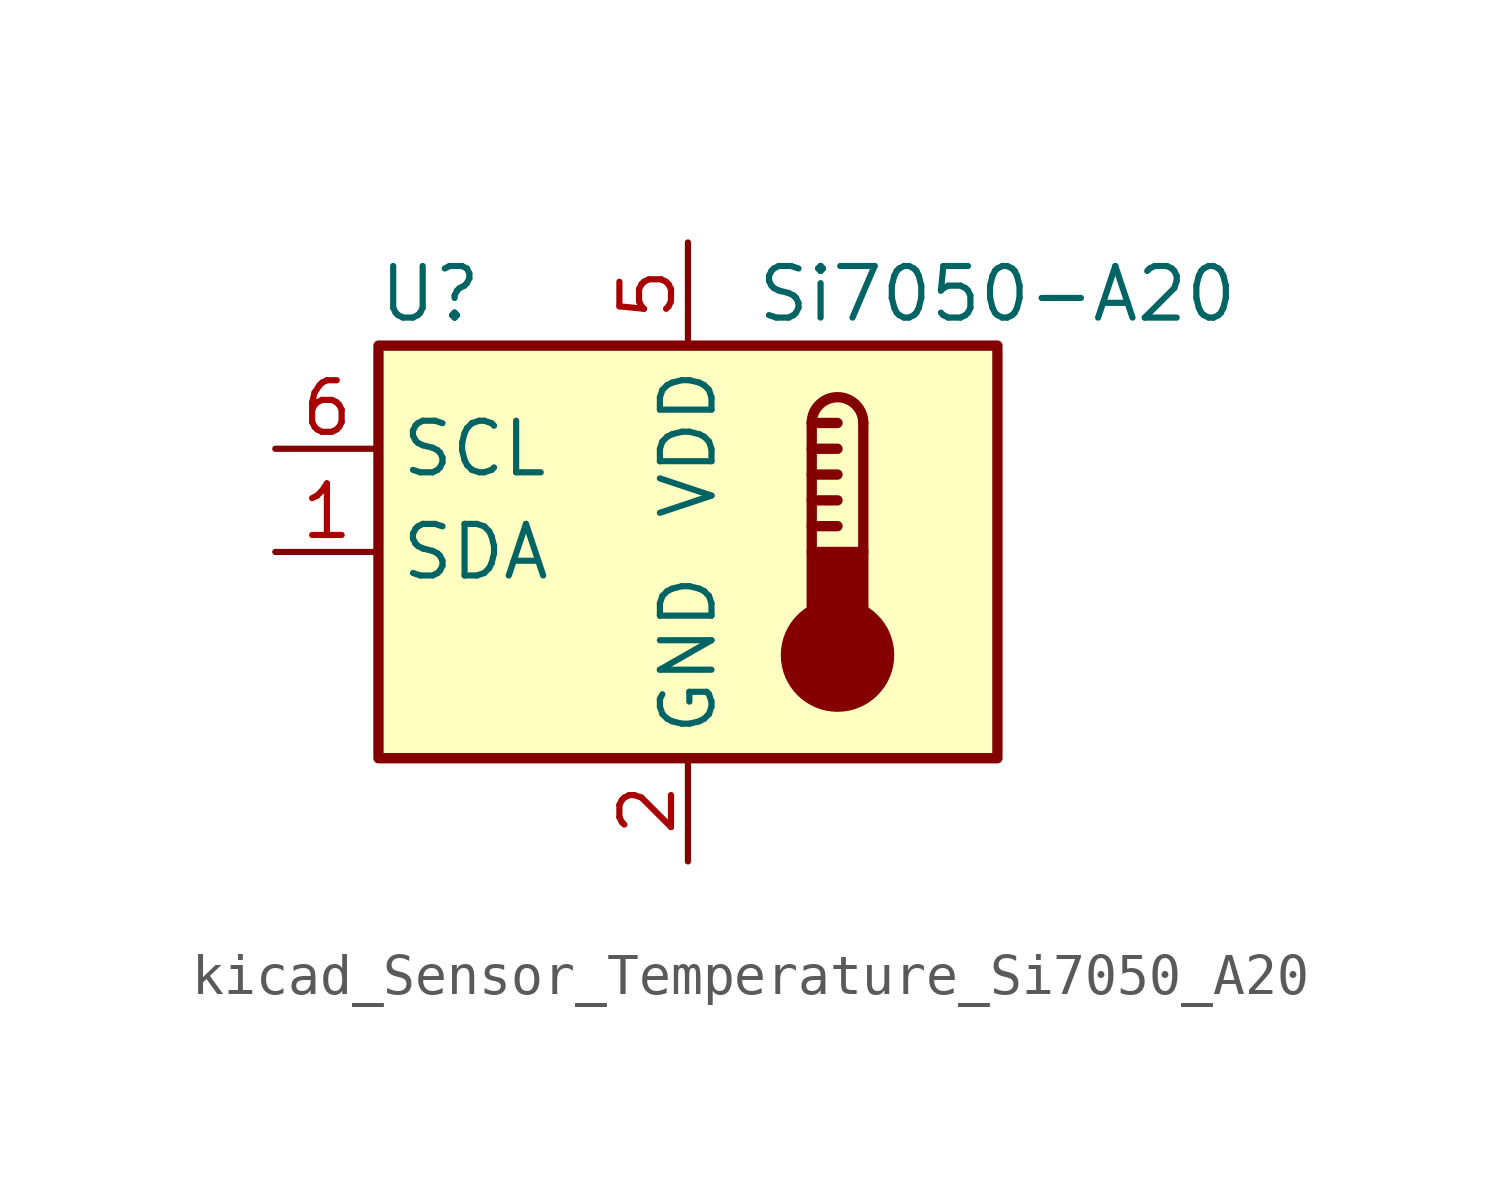
<source format=kicad_sym>
(kicad_symbol_lib
  (version 20220914)
  (generator kicad_symbol_editor)
  (symbol "kicad_Sensor_Temperature_Si7050_A20"
    (property "Reference" "U"
      (at -6.35 6.35 0)
      (effects (font (size 1.27 1.27))))
    (property "Value" "Si7050-A20"
      (at 7.62 6.35 0)
      (effects (font (size 1.27 1.27))))
    (symbol "kicad_Sensor_Temperature_Si7050_A20_0_1"
      (rectangle (start -7.62 5.08) (end 7.62 -5.08) (stroke (width 0.254) (type default)) (fill (type background))))
    (symbol "kicad_Sensor_Temperature_Si7050_A20_1_1"
      (polyline (pts (xy 3.048 0.635) (xy 3.683 0.635)) (stroke (width 0.254) (type default)) (fill (type none)))
      (polyline (pts (xy 3.048 1.27) (xy 3.683 1.27)) (stroke (width 0.254) (type default)) (fill (type none)))
      (polyline (pts (xy 3.048 1.905) (xy 3.683 1.905)) (stroke (width 0.254) (type default)) (fill (type none)))
      (polyline (pts (xy 3.048 2.54) (xy 3.683 2.54)) (stroke (width 0.254) (type default)) (fill (type none)))
      (polyline (pts (xy 3.048 3.175) (xy 3.048 0)) (stroke (width 0.254) (type default)) (fill (type none)))
      (polyline (pts (xy 3.048 3.175) (xy 3.683 3.175)) (stroke (width 0.254) (type default)) (fill (type none)))
      (polyline (pts (xy 4.318 3.175) (xy 4.318 0)) (stroke (width 0.254) (type default)) (fill (type none)))
      (circle (center 3.683 -2.54) (radius 1.27) (stroke (width 0.254) (type default)) (fill (type outline)))
      (rectangle (start 4.318 -1.905) (end 3.048 0) (stroke (width 0.254) (type default)) (fill (type outline)))
      (arc (start 4.318 3.175) (mid 3.683 3.8073) (end 3.048 3.175) (stroke (width 0.254) (type default)) (fill (type none)))
      (pin bidirectional line (at -10.16 0 0) (length 2.54) (name "SDA" (effects (font (size 1.27 1.27)))) (number "1" (effects (font (size 1.27 1.27)))))
      (pin power_in line (at 0 -7.62 90) (length 2.54) (name "GND" (effects (font (size 1.27 1.27)))) (number "2" (effects (font (size 1.27 1.27)))))
      (pin no_connect line (at 7.62 2.54 180) (length 2.54) hide (name "NC" (effects (font (size 1.27 1.27)))) (number "3" (effects (font (size 1.27 1.27)))))
      (pin no_connect line (at 7.62 -2.54 180) (length 2.54) hide (name "NC" (effects (font (size 1.27 1.27)))) (number "4" (effects (font (size 1.27 1.27)))))
      (pin power_in line (at 0 7.62 270) (length 2.54) (name "VDD" (effects (font (size 1.27 1.27)))) (number "5" (effects (font (size 1.27 1.27)))))
      (pin input line (at -10.16 2.54 0) (length 2.54) (name "SCL" (effects (font (size 1.27 1.27)))) (number "6" (effects (font (size 1.27 1.27))))))))
</source>
